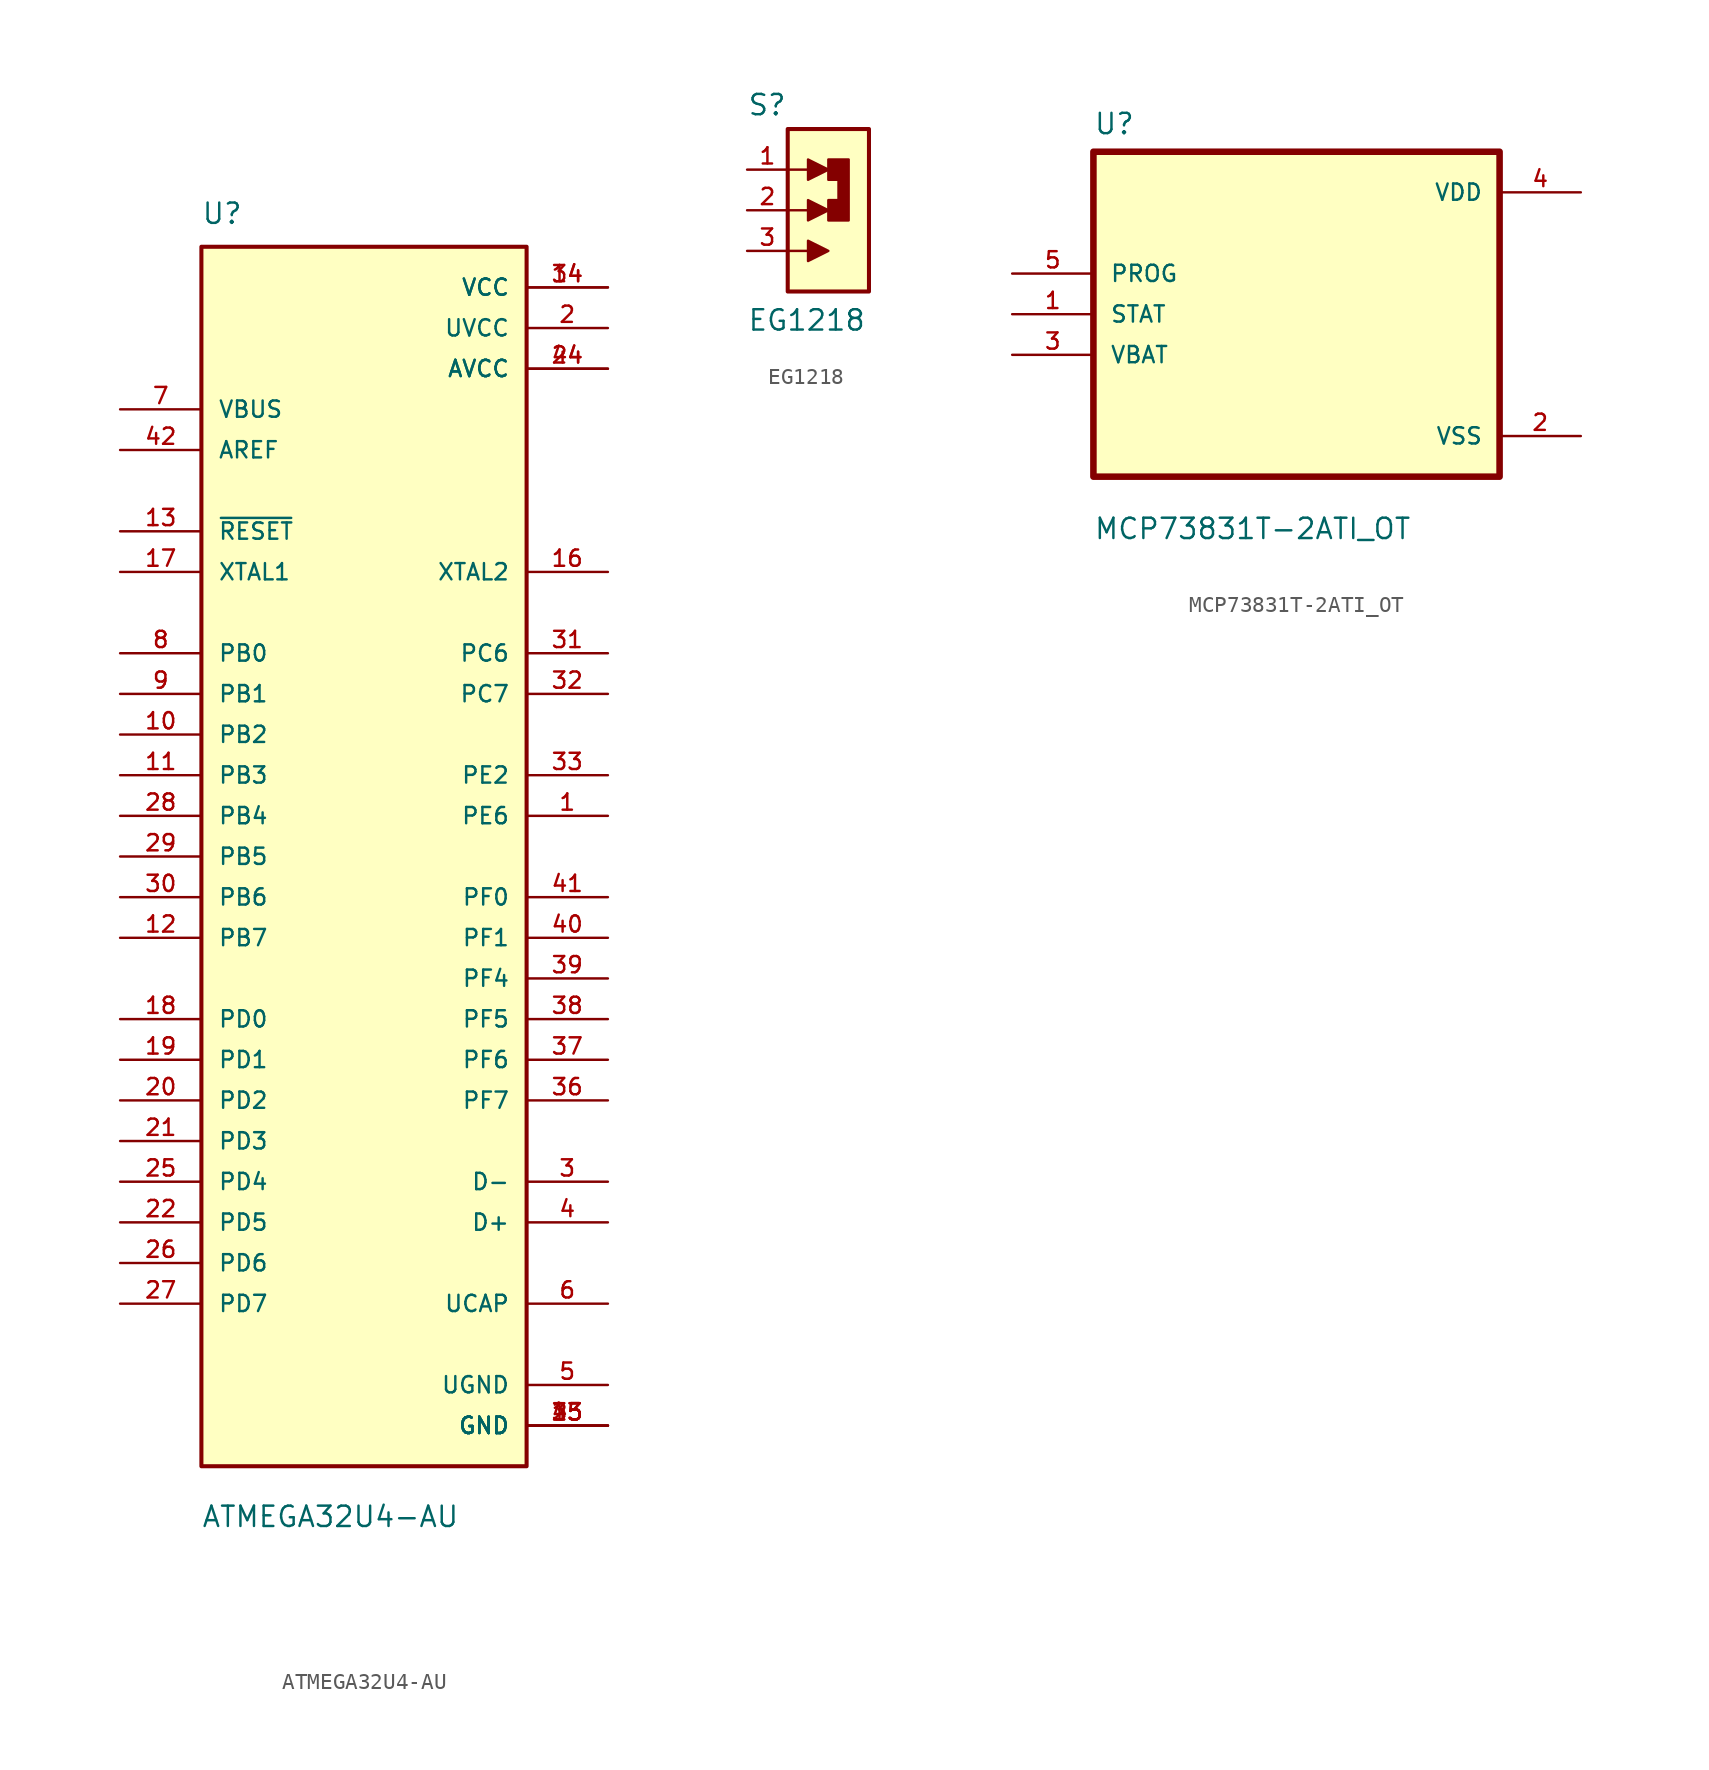
<source format=kicad_sym>
(kicad_symbol_lib
  (version 20231120)
  (generator "kicad_symbol_editor")
  (generator_version "8.0")
  (symbol "ATMEGA32U4-AU"
    (pin_names
      (offset 1.016))
    (property "Reference" "U"
      (at -10.175 39.429 0)
      (effects (font (size 1.27 1.27)) (justify left bottom)))
    (property "Value" "ATMEGA32U4-AU"
      (at -10.18 -41.994 0)
      (effects (font (size 1.27 1.27)) (justify left bottom)))
    (symbol "ATMEGA32U4-AU_0_0"
      (rectangle (start -10.16 -38.1) (end 10.16 38.1) (stroke (width 0.254) (type default)) (fill (type background)))
      (pin bidirectional line (at 15.24 2.54 180) (length 5.08) (name "PE6" (effects (font (size 1.016 1.016)))) (number "1" (effects (font (size 1.016 1.016)))))
      (pin bidirectional line (at -15.24 7.62 0) (length 5.08) (name "PB2" (effects (font (size 1.016 1.016)))) (number "10" (effects (font (size 1.016 1.016)))))
      (pin bidirectional line (at -15.24 5.08 0) (length 5.08) (name "PB3" (effects (font (size 1.016 1.016)))) (number "11" (effects (font (size 1.016 1.016)))))
      (pin bidirectional line (at -15.24 -5.08 0) (length 5.08) (name "PB7" (effects (font (size 1.016 1.016)))) (number "12" (effects (font (size 1.016 1.016)))))
      (pin input line (at -15.24 20.32 0) (length 5.08) (name "~{RESET}" (effects (font (size 1.016 1.016)))) (number "13" (effects (font (size 1.016 1.016)))))
      (pin power_in line (at 15.24 35.56 180) (length 5.08) (name "VCC" (effects (font (size 1.016 1.016)))) (number "14" (effects (font (size 1.016 1.016)))))
      (pin power_in line (at 15.24 -35.56 180) (length 5.08) (name "GND" (effects (font (size 1.016 1.016)))) (number "15" (effects (font (size 1.016 1.016)))))
      (pin output line (at 15.24 17.78 180) (length 5.08) (name "XTAL2" (effects (font (size 1.016 1.016)))) (number "16" (effects (font (size 1.016 1.016)))))
      (pin input line (at -15.24 17.78 0) (length 5.08) (name "XTAL1" (effects (font (size 1.016 1.016)))) (number "17" (effects (font (size 1.016 1.016)))))
      (pin bidirectional line (at -15.24 -10.16 0) (length 5.08) (name "PD0" (effects (font (size 1.016 1.016)))) (number "18" (effects (font (size 1.016 1.016)))))
      (pin bidirectional line (at -15.24 -12.7 0) (length 5.08) (name "PD1" (effects (font (size 1.016 1.016)))) (number "19" (effects (font (size 1.016 1.016)))))
      (pin power_in line (at 15.24 33.02 180) (length 5.08) (name "UVCC" (effects (font (size 1.016 1.016)))) (number "2" (effects (font (size 1.016 1.016)))))
      (pin bidirectional line (at -15.24 -15.24 0) (length 5.08) (name "PD2" (effects (font (size 1.016 1.016)))) (number "20" (effects (font (size 1.016 1.016)))))
      (pin bidirectional line (at -15.24 -17.78 0) (length 5.08) (name "PD3" (effects (font (size 1.016 1.016)))) (number "21" (effects (font (size 1.016 1.016)))))
      (pin bidirectional line (at -15.24 -22.86 0) (length 5.08) (name "PD5" (effects (font (size 1.016 1.016)))) (number "22" (effects (font (size 1.016 1.016)))))
      (pin power_in line (at 15.24 -35.56 180) (length 5.08) (name "GND" (effects (font (size 1.016 1.016)))) (number "23" (effects (font (size 1.016 1.016)))))
      (pin power_in line (at 15.24 30.48 180) (length 5.08) (name "AVCC" (effects (font (size 1.016 1.016)))) (number "24" (effects (font (size 1.016 1.016)))))
      (pin bidirectional line (at -15.24 -20.32 0) (length 5.08) (name "PD4" (effects (font (size 1.016 1.016)))) (number "25" (effects (font (size 1.016 1.016)))))
      (pin bidirectional line (at -15.24 -25.4 0) (length 5.08) (name "PD6" (effects (font (size 1.016 1.016)))) (number "26" (effects (font (size 1.016 1.016)))))
      (pin bidirectional line (at -15.24 -27.94 0) (length 5.08) (name "PD7" (effects (font (size 1.016 1.016)))) (number "27" (effects (font (size 1.016 1.016)))))
      (pin bidirectional line (at -15.24 2.54 0) (length 5.08) (name "PB4" (effects (font (size 1.016 1.016)))) (number "28" (effects (font (size 1.016 1.016)))))
      (pin bidirectional line (at -15.24 0 0) (length 5.08) (name "PB5" (effects (font (size 1.016 1.016)))) (number "29" (effects (font (size 1.016 1.016)))))
      (pin bidirectional line (at 15.24 -20.32 180) (length 5.08) (name "D-" (effects (font (size 1.016 1.016)))) (number "3" (effects (font (size 1.016 1.016)))))
      (pin bidirectional line (at -15.24 -2.54 0) (length 5.08) (name "PB6" (effects (font (size 1.016 1.016)))) (number "30" (effects (font (size 1.016 1.016)))))
      (pin bidirectional line (at 15.24 12.7 180) (length 5.08) (name "PC6" (effects (font (size 1.016 1.016)))) (number "31" (effects (font (size 1.016 1.016)))))
      (pin bidirectional line (at 15.24 10.16 180) (length 5.08) (name "PC7" (effects (font (size 1.016 1.016)))) (number "32" (effects (font (size 1.016 1.016)))))
      (pin bidirectional line (at 15.24 5.08 180) (length 5.08) (name "PE2" (effects (font (size 1.016 1.016)))) (number "33" (effects (font (size 1.016 1.016)))))
      (pin power_in line (at 15.24 35.56 180) (length 5.08) (name "VCC" (effects (font (size 1.016 1.016)))) (number "34" (effects (font (size 1.016 1.016)))))
      (pin power_in line (at 15.24 -35.56 180) (length 5.08) (name "GND" (effects (font (size 1.016 1.016)))) (number "35" (effects (font (size 1.016 1.016)))))
      (pin bidirectional line (at 15.24 -15.24 180) (length 5.08) (name "PF7" (effects (font (size 1.016 1.016)))) (number "36" (effects (font (size 1.016 1.016)))))
      (pin bidirectional line (at 15.24 -12.7 180) (length 5.08) (name "PF6" (effects (font (size 1.016 1.016)))) (number "37" (effects (font (size 1.016 1.016)))))
      (pin bidirectional line (at 15.24 -10.16 180) (length 5.08) (name "PF5" (effects (font (size 1.016 1.016)))) (number "38" (effects (font (size 1.016 1.016)))))
      (pin bidirectional line (at 15.24 -7.62 180) (length 5.08) (name "PF4" (effects (font (size 1.016 1.016)))) (number "39" (effects (font (size 1.016 1.016)))))
      (pin bidirectional line (at 15.24 -22.86 180) (length 5.08) (name "D+" (effects (font (size 1.016 1.016)))) (number "4" (effects (font (size 1.016 1.016)))))
      (pin bidirectional line (at 15.24 -5.08 180) (length 5.08) (name "PF1" (effects (font (size 1.016 1.016)))) (number "40" (effects (font (size 1.016 1.016)))))
      (pin bidirectional line (at 15.24 -2.54 180) (length 5.08) (name "PF0" (effects (font (size 1.016 1.016)))) (number "41" (effects (font (size 1.016 1.016)))))
      (pin input line (at -15.24 25.4 0) (length 5.08) (name "AREF" (effects (font (size 1.016 1.016)))) (number "42" (effects (font (size 1.016 1.016)))))
      (pin power_in line (at 15.24 -35.56 180) (length 5.08) (name "GND" (effects (font (size 1.016 1.016)))) (number "43" (effects (font (size 1.016 1.016)))))
      (pin power_in line (at 15.24 30.48 180) (length 5.08) (name "AVCC" (effects (font (size 1.016 1.016)))) (number "44" (effects (font (size 1.016 1.016)))))
      (pin power_in line (at 15.24 -33.02 180) (length 5.08) (name "UGND" (effects (font (size 1.016 1.016)))) (number "5" (effects (font (size 1.016 1.016)))))
      (pin passive line (at 15.24 -27.94 180) (length 5.08) (name "UCAP" (effects (font (size 1.016 1.016)))) (number "6" (effects (font (size 1.016 1.016)))))
      (pin input line (at -15.24 27.94 0) (length 5.08) (name "VBUS" (effects (font (size 1.016 1.016)))) (number "7" (effects (font (size 1.016 1.016)))))
      (pin bidirectional line (at -15.24 12.7 0) (length 5.08) (name "PB0" (effects (font (size 1.016 1.016)))) (number "8" (effects (font (size 1.016 1.016)))))
      (pin bidirectional line (at -15.24 10.16 0) (length 5.08) (name "PB1" (effects (font (size 1.016 1.016)))) (number "9" (effects (font (size 1.016 1.016)))))))
  (symbol "EG1218"
    (pin_names
      (offset 1.016))
    (property "Reference" "S"
      (at -5.08 5.842 0)
      (effects (font (size 1.27 1.27)) (justify left bottom)))
    (property "Value" "EG1218"
      (at -5.08 -7.62 0)
      (effects (font (size 1.27 1.27)) (justify left bottom)))
    (symbol "EG1218_0_0"
      (rectangle (start -2.54 -5.08) (end 2.54 5.08) (stroke (width 0.254) (type default)) (fill (type background)))
      (polyline (pts (xy -2.54 -2.54) (xy -1.27 -2.54)) (stroke (width 0.152) (type default)) (fill (type none)))
      (polyline (pts (xy -2.54 0) (xy -1.27 0)) (stroke (width 0.152) (type default)) (fill (type none)))
      (polyline (pts (xy -2.54 2.54) (xy -1.27 2.54)) (stroke (width 0.152) (type default)) (fill (type none)))
      (polyline (pts (xy -1.27 -1.905) (xy -1.27 -3.175) (xy 0 -2.54) (xy -1.27 -1.905)) (stroke (width 0.152) (type default)) (fill (type outline)))
      (polyline (pts (xy -1.27 0.635) (xy -1.27 -0.635) (xy 0 0) (xy -1.27 0.635)) (stroke (width 0.152) (type default)) (fill (type outline)))
      (polyline (pts (xy -1.27 3.175) (xy -1.27 1.905) (xy 0 2.54) (xy -1.27 3.175)) (stroke (width 0.152) (type default)) (fill (type outline)))
      (polyline (pts (xy 0 1.905) (xy 0 3.175) (xy 1.27 3.175) (xy 1.27 -0.635) (xy 0 -0.635) (xy 0 0.635) (xy 0.635 0.635) (xy 0.635 1.905) (xy 0 1.905)) (stroke (width 0.152) (type default)) (fill (type outline)))
      (pin passive line (at -5.08 2.54 0) (length 2.54) (name "~" (effects (font (size 1.016 1.016)))) (number "1" (effects (font (size 1.016 1.016)))))
      (pin passive line (at -5.08 0 0) (length 2.54) (name "~" (effects (font (size 1.016 1.016)))) (number "2" (effects (font (size 1.016 1.016)))))
      (pin passive line (at -5.08 -2.54 0) (length 2.54) (name "~" (effects (font (size 1.016 1.016)))) (number "3" (effects (font (size 1.016 1.016)))))))
  (symbol "MCP73831T-2ATI_OT"
    (pin_names
      (offset 1.016))
    (property "Reference" "U"
      (at -12.7 11.16 0)
      (effects (font (size 1.27 1.27)) (justify left bottom)))
    (property "Value" "MCP73831T-2ATI_OT"
      (at -12.7 -14.16 0)
      (effects (font (size 1.27 1.27)) (justify left bottom)))
    (symbol "MCP73831T-2ATI_OT_0_0"
      (rectangle (start -12.7 -10.16) (end 12.7 10.16) (stroke (width 0.41) (type default)) (fill (type background)))
      (pin input line (at -17.78 0 0) (length 5.08) (name "STAT" (effects (font (size 1.016 1.016)))) (number "1" (effects (font (size 1.016 1.016)))))
      (pin power_in line (at 17.78 -7.62 180) (length 5.08) (name "VSS" (effects (font (size 1.016 1.016)))) (number "2" (effects (font (size 1.016 1.016)))))
      (pin input line (at -17.78 -2.54 0) (length 5.08) (name "VBAT" (effects (font (size 1.016 1.016)))) (number "3" (effects (font (size 1.016 1.016)))))
      (pin power_in line (at 17.78 7.62 180) (length 5.08) (name "VDD" (effects (font (size 1.016 1.016)))) (number "4" (effects (font (size 1.016 1.016)))))
      (pin input line (at -17.78 2.54 0) (length 5.08) (name "PROG" (effects (font (size 1.016 1.016)))) (number "5" (effects (font (size 1.016 1.016))))))))
</source>
